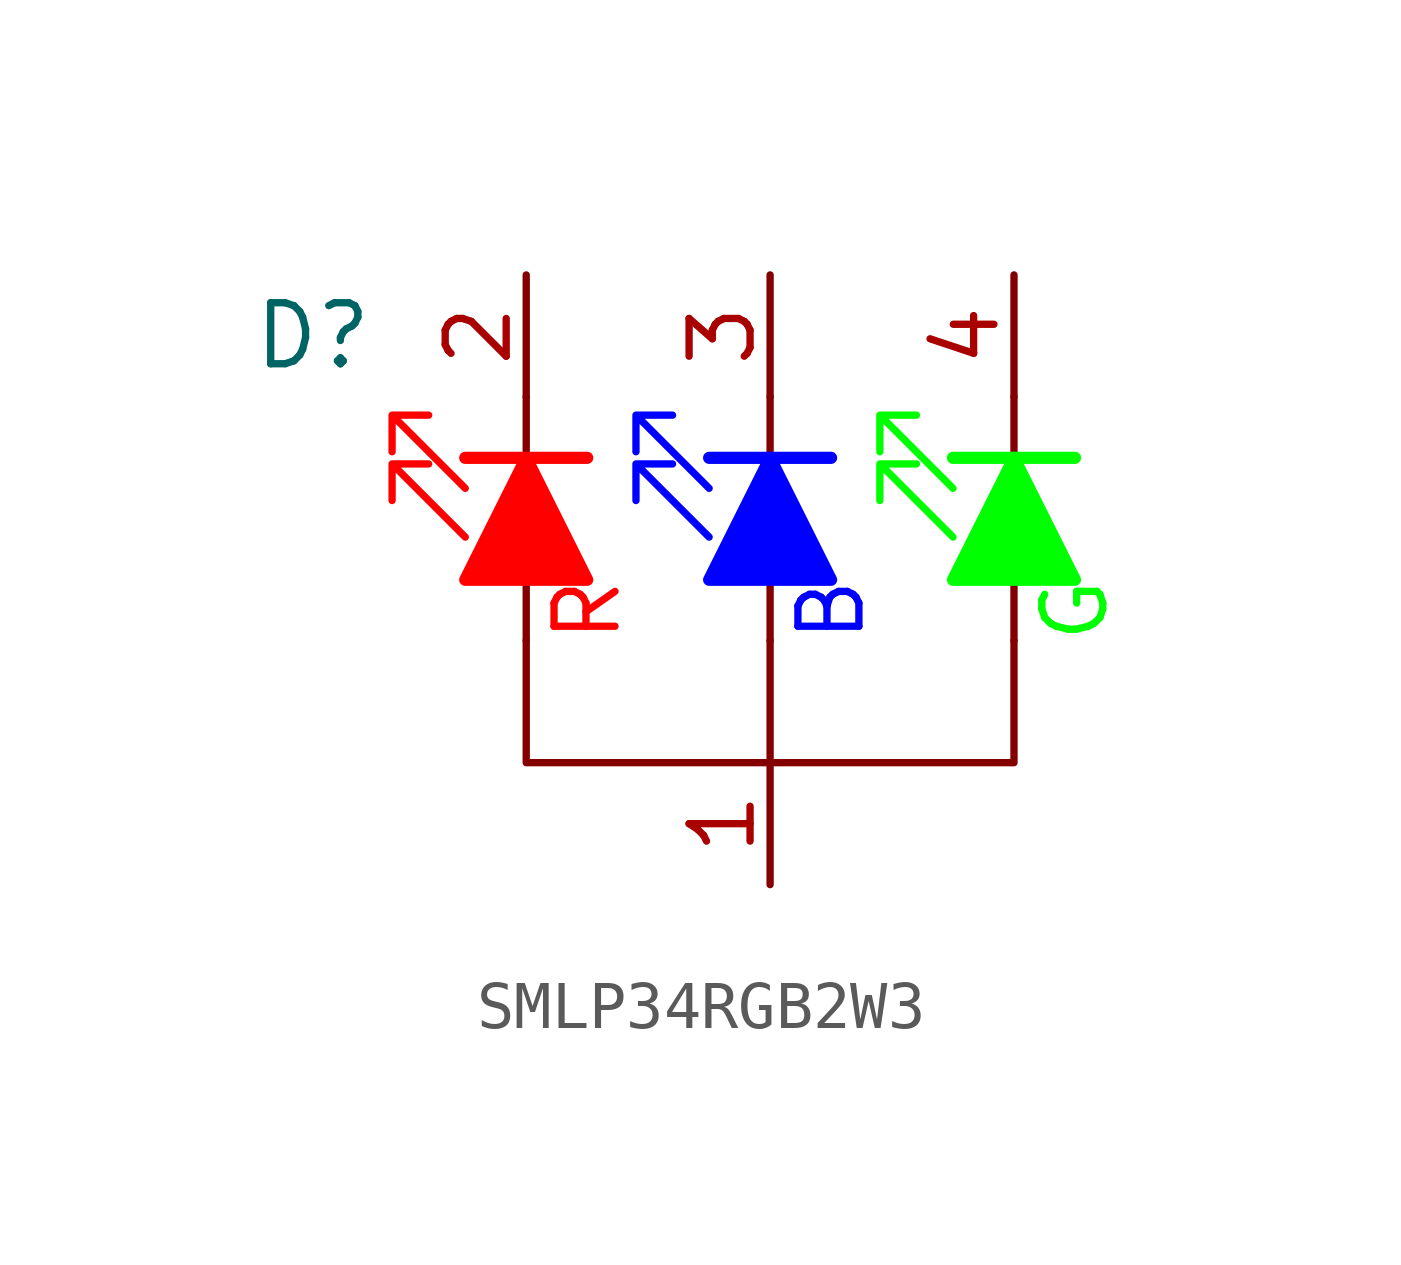
<source format=kicad_sym>
(kicad_symbol_lib
  (version 20241209)
  (generator "kicad_symbol_editor")
  (generator_version "9.0")
  (symbol "SMLP34RGB2W3"
    (property "Reference" "D"
      (at -9.525 6.35 0)
      (effects (font (size 1.27 1.27))))
    (property "Value" ""
      (at 0 0 0)
      (effects (font (size 1.27 1.27))))
    (symbol "SMLP34RGB2W3_0_1"
      (polyline (pts (xy -5.08 3.81) (xy -5.08 5.08)) (stroke (width 0) (type default)) (fill (type none)))
      (polyline (pts (xy -5.08 1.27) (xy -5.08 0)) (stroke (width 0) (type default)) (fill (type none)))
      (polyline (pts (xy 0 3.81) (xy 0 5.08)) (stroke (width 0) (type default)) (fill (type none)))
      (polyline (pts (xy 0 1.27) (xy 0 0)) (stroke (width 0) (type default)) (fill (type none)))
      (polyline (pts (xy 5.08 3.81) (xy 5.08 5.08)) (stroke (width 0) (type default)) (fill (type none)))
      (polyline (pts (xy 5.08 1.27) (xy 5.08 0)) (stroke (width 0) (type default)) (fill (type none)))
      (polyline (pts (xy 5.08 0) (xy 5.08 -2.54) (xy 0 -2.54) (xy 0 0) (xy 0 -2.54) (xy -5.08 -2.54) (xy -5.08 0)) (stroke (width 0) (type default)) (fill (type none))))
    (symbol "SMLP34RGB2W3_1_1"
      (polyline (pts (xy -6.35 3.81) (xy -3.81 3.81)) (stroke (width 0.254) (type solid) (color 255 0 0 1)) (fill (type none)))
      (polyline (pts (xy -6.35 3.175) (xy -7.874 4.699) (xy -7.874 3.937) (xy -7.874 4.699) (xy -7.112 4.699)) (stroke (width 0) (type solid) (color 255 0 0 1)) (fill (type none)))
      (polyline (pts (xy -6.35 2.159) (xy -7.874 3.683) (xy -7.874 2.921) (xy -7.874 3.683) (xy -7.112 3.683)) (stroke (width 0) (type solid) (color 255 0 0 1)) (fill (type none)))
      (polyline (pts (xy -6.35 1.27) (xy -3.81 1.27) (xy -5.08 3.81) (xy -6.35 1.27)) (stroke (width 0.254) (type solid) (color 255 0 0 1)) (fill (type color) (color 255 0 0 1)))
      (polyline (pts (xy -5.08 3.81) (xy -5.08 1.27)) (stroke (width 0) (type solid) (color 255 0 0 1)) (fill (type none)))
      (polyline (pts (xy -1.27 3.81) (xy 1.27 3.81)) (stroke (width 0.254) (type solid) (color 0 0 255 1)) (fill (type none)))
      (polyline (pts (xy -1.27 3.175) (xy -2.794 4.699) (xy -2.794 3.937) (xy -2.794 4.699) (xy -2.032 4.699)) (stroke (width 0) (type solid) (color 0 0 255 1)) (fill (type none)))
      (polyline (pts (xy -1.27 2.159) (xy -2.794 3.683) (xy -2.794 2.921) (xy -2.794 3.683) (xy -2.032 3.683)) (stroke (width 0) (type solid) (color 0 0 255 1)) (fill (type none)))
      (polyline (pts (xy -1.27 1.27) (xy 1.27 1.27) (xy 0 3.81) (xy -1.27 1.27)) (stroke (width 0.254) (type solid) (color 0 0 255 1)) (fill (type color) (color 0 0 255 1)))
      (polyline (pts (xy 3.81 3.81) (xy 6.35 3.81)) (stroke (width 0.254) (type solid) (color 0 255 0 1)) (fill (type none)))
      (polyline (pts (xy 3.81 3.175) (xy 2.286 4.699) (xy 2.286 3.937) (xy 2.286 4.699) (xy 3.048 4.699)) (stroke (width 0) (type solid) (color 0 255 0 1)) (fill (type none)))
      (polyline (pts (xy 3.81 2.159) (xy 2.286 3.683) (xy 2.286 2.921) (xy 2.286 3.683) (xy 3.048 3.683)) (stroke (width 0) (type solid) (color 0 255 0 1)) (fill (type none)))
      (polyline (pts (xy 3.81 1.27) (xy 6.35 1.27) (xy 5.08 3.81) (xy 3.81 1.27)) (stroke (width 0.254) (type solid) (color 0 255 0 1)) (fill (type color) (color 0 255 0 1)))
      (text "R" (at -3.81 0.635 900) (effects (font (size 1.27 1.27) (color 255 0 0 1))))
      (text "B" (at 1.27 0.635 900) (effects (font (size 1.27 1.27) (color 0 0 255 1))))
      (text "G" (at 6.35 0.635 900) (effects (font (size 1.27 1.27) (color 0 255 0 1))))
      (pin passive line (at -5.08 7.62 270) (length 2.54) (name "" (effects (font (size 1.27 1.27)))) (number "2" (effects (font (size 1.27 1.27)))))
      (pin passive line (at 0 7.62 270) (length 2.54) (name "" (effects (font (size 1.27 1.27)))) (number "3" (effects (font (size 1.27 1.27)))))
      (pin passive line (at 0 -5.08 90) (length 2.54) (name "" (effects (font (size 1.27 1.27)))) (number "1" (effects (font (size 1.27 1.27)))))
      (pin passive line (at 5.08 7.62 270) (length 2.54) (name "" (effects (font (size 1.27 1.27)))) (number "4" (effects (font (size 1.27 1.27))))))))
</source>
